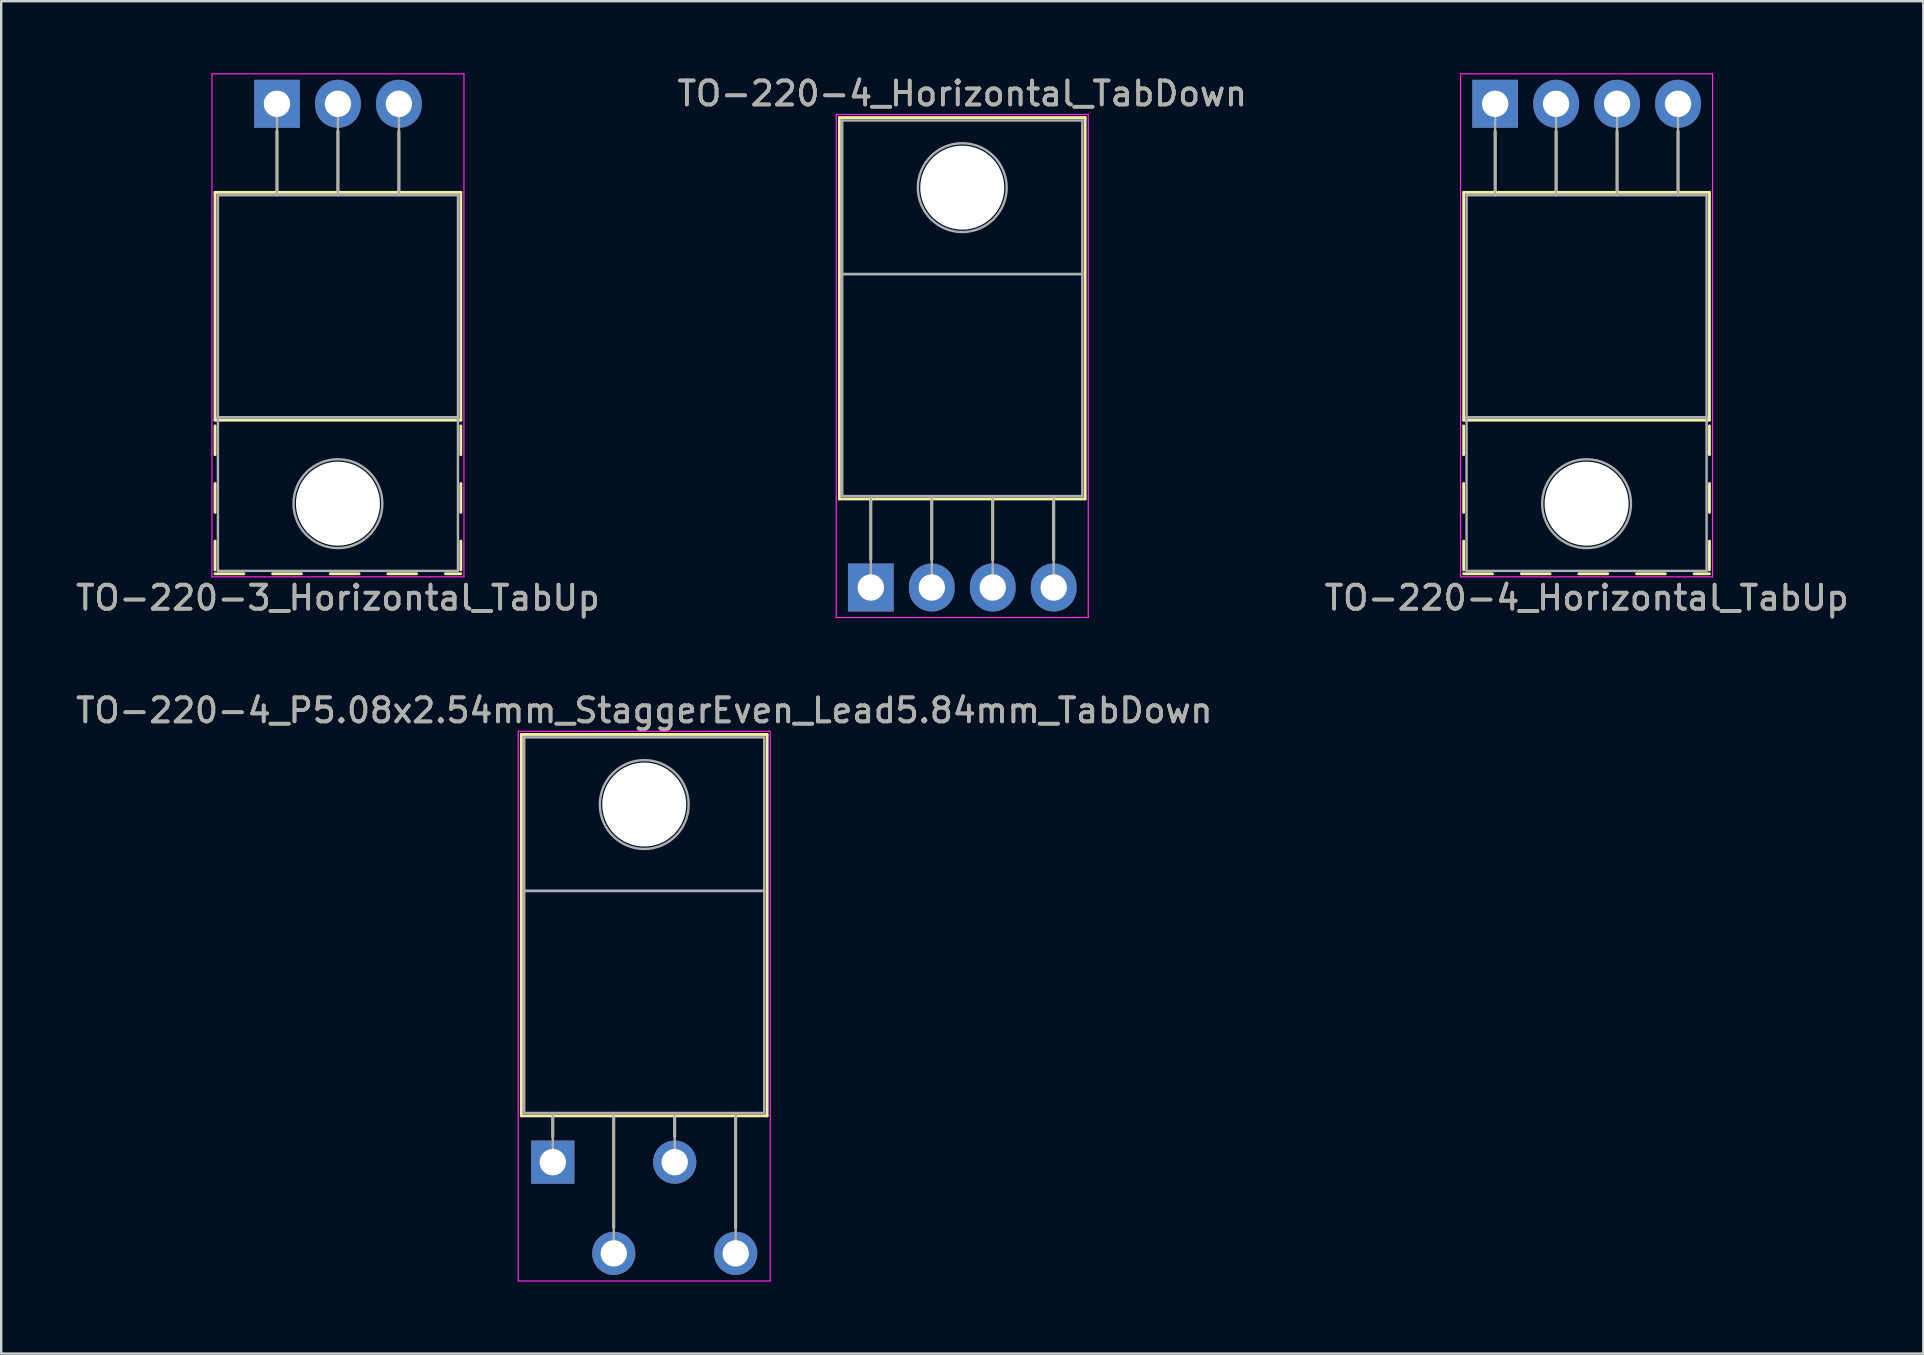
<source format=kicad_pcb>
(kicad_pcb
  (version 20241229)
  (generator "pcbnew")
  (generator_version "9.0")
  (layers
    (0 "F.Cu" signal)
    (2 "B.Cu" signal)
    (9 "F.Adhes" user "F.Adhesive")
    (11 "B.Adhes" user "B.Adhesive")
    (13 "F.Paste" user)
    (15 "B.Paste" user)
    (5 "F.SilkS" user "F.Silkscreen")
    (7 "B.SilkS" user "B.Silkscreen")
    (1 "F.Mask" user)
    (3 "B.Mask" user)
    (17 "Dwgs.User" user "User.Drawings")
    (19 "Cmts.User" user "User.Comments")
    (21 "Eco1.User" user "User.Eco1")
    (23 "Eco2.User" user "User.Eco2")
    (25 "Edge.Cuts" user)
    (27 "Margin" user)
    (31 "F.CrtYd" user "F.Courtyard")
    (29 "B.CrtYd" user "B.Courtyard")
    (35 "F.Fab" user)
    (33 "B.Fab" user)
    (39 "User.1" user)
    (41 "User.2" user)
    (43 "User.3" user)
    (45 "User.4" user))
  (footprint "TO-220-4_P5.08x2.54mm_StaggerEven_Lead5.84mm_TabDown"
    (layer "F.Cu")
    (at 19.982 45.371)
    (property "Reference" "TO-220-4_P5.08x2.54mm_StaggerEven_Lead5.84mm_TabDown" (at 3.81 -18.82 0) (layer "F.SilkS") (effects (font (size 1 1) (thickness 0.15))))
    (attr through_hole)
    (fp_line (start -1.31 -17.82) (end -1.31 -1.93) (stroke (width 0.12) (type solid)) (layer "F.SilkS"))
    (fp_line (start -1.31 -17.82) (end 8.93 -17.82) (stroke (width 0.12) (type solid)) (layer "F.SilkS"))
    (fp_line (start -1.31 -1.93) (end 8.93 -1.93) (stroke (width 0.12) (type solid)) (layer "F.SilkS"))
    (fp_line (start 0 -1.93) (end 0 -1.05) (stroke (width 0.12) (type solid)) (layer "F.SilkS"))
    (fp_line (start 2.54 -1.93) (end 2.54 2.735) (stroke (width 0.12) (type solid)) (layer "F.SilkS"))
    (fp_line (start 5.08 -1.93) (end 5.08 -1.066) (stroke (width 0.12) (type solid)) (layer "F.SilkS"))
    (fp_line (start 7.62 -1.93) (end 7.62 2.735) (stroke (width 0.12) (type solid)) (layer "F.SilkS"))
    (fp_line (start 8.93 -17.82) (end 8.93 -1.93) (stroke (width 0.12) (type solid)) (layer "F.SilkS"))
    (fp_line (start -1.44 -17.95) (end -1.44 4.95) (stroke (width 0.05) (type solid)) (layer "F.CrtYd"))
    (fp_line (start -1.44 4.95) (end 9.06 4.95) (stroke (width 0.05) (type solid)) (layer "F.CrtYd"))
    (fp_line (start 9.06 -17.95) (end -1.44 -17.95) (stroke (width 0.05) (type solid)) (layer "F.CrtYd"))
    (fp_line (start 9.06 4.95) (end 9.06 -17.95) (stroke (width 0.05) (type solid)) (layer "F.CrtYd"))
    (fp_line (start -1.19 -17.7) (end 8.81 -17.7) (stroke (width 0.1) (type solid)) (layer "F.Fab"))
    (fp_line (start -1.19 -11.3) (end -1.19 -17.7) (stroke (width 0.1) (type solid)) (layer "F.Fab"))
    (fp_line (start -1.19 -11.3) (end 8.81 -11.3) (stroke (width 0.1) (type solid)) (layer "F.Fab"))
    (fp_line (start -1.19 -2.05) (end -1.19 -11.3) (stroke (width 0.1) (type solid)) (layer "F.Fab"))
    (fp_line (start 0 -2.05) (end 0 0) (stroke (width 0.1) (type solid)) (layer "F.Fab"))
    (fp_line (start 2.54 -2.05) (end 2.54 3.8) (stroke (width 0.1) (type solid)) (layer "F.Fab"))
    (fp_line (start 5.08 -2.05) (end 5.08 0) (stroke (width 0.1) (type solid)) (layer "F.Fab"))
    (fp_line (start 7.62 -2.05) (end 7.62 3.8) (stroke (width 0.1) (type solid)) (layer "F.Fab"))
    (fp_line (start 8.81 -17.7) (end 8.81 -11.3) (stroke (width 0.1) (type solid)) (layer "F.Fab"))
    (fp_line (start 8.81 -11.3) (end -1.19 -11.3) (stroke (width 0.1) (type solid)) (layer "F.Fab"))
    (fp_line (start 8.81 -11.3) (end 8.81 -2.05) (stroke (width 0.1) (type solid)) (layer "F.Fab"))
    (fp_line (start 8.81 -2.05) (end -1.19 -2.05) (stroke (width 0.1) (type solid)) (layer "F.Fab"))
    (fp_circle (center 3.81 -14.9) (end 5.66 -14.9) (stroke (width 0.1) (type solid)) (fill no) (layer "F.Fab"))
    (fp_text user "${REFERENCE}" (at 3.81 -18.82 0) (layer "F.Fab") (effects (font (size 1 1) (thickness 0.15))))
    (pad "" np_thru_hole oval (at 3.81 -14.9) (size 3.5 3.5) (drill 3.5) (layers "*.Cu" "*.Mask"))
    (pad "1" thru_hole rect (at 0 0) (size 1.8 1.8) (drill 1.1) (layers "*.Cu" "*.Mask"))
    (pad "2" thru_hole oval (at 2.54 3.8) (size 1.8 1.8) (drill 1.1) (layers "*.Cu" "*.Mask"))
    (pad "3" thru_hole oval (at 5.08 0) (size 1.8 1.8) (drill 1.1) (layers "*.Cu" "*.Mask"))
    (pad "4" thru_hole oval (at 7.62 3.8) (size 1.8 1.8) (drill 1.1) (layers "*.Cu" "*.Mask")))
  (footprint "TO-220-4_Horizontal_TabUp"
    (layer "F.Cu")
    (at 59.244 1.275)
    (property "Reference" "TO-220-4_Horizontal_TabUp" (at 3.81 20.58 0) (layer "F.SilkS") (effects (font (size 1 1) (thickness 0.15))))
    (attr through_hole)
    (fp_line (start -1.31 3.69) (end -1.31 13.18) (stroke (width 0.12) (type solid)) (layer "F.SilkS"))
    (fp_line (start -1.31 3.69) (end 8.93 3.69) (stroke (width 0.12) (type solid)) (layer "F.SilkS"))
    (fp_line (start -1.31 13.18) (end 8.93 13.18) (stroke (width 0.12) (type solid)) (layer "F.SilkS"))
    (fp_line (start -1.31 13.42) (end -1.31 14.62) (stroke (width 0.12) (type solid)) (layer "F.SilkS"))
    (fp_line (start -1.31 15.82) (end -1.31 17.02) (stroke (width 0.12) (type solid)) (layer "F.SilkS"))
    (fp_line (start -1.31 18.22) (end -1.31 19.42) (stroke (width 0.12) (type solid)) (layer "F.SilkS"))
    (fp_line (start -1.31 19.58) (end -0.111 19.58) (stroke (width 0.12) (type solid)) (layer "F.SilkS"))
    (fp_line (start 0 1.15) (end 0 3.69) (stroke (width 0.12) (type solid)) (layer "F.SilkS"))
    (fp_line (start 1.09 19.58) (end 2.29 19.58) (stroke (width 0.12) (type solid)) (layer "F.SilkS"))
    (fp_line (start 2.54 1.15) (end 2.54 3.69) (stroke (width 0.12) (type solid)) (layer "F.SilkS"))
    (fp_line (start 3.49 19.58) (end 4.69 19.58) (stroke (width 0.12) (type solid)) (layer "F.SilkS"))
    (fp_line (start 5.08 1.15) (end 5.08 3.69) (stroke (width 0.12) (type solid)) (layer "F.SilkS"))
    (fp_line (start 5.89 19.58) (end 7.091 19.58) (stroke (width 0.12) (type solid)) (layer "F.SilkS"))
    (fp_line (start 7.62 1.15) (end 7.62 3.69) (stroke (width 0.12) (type solid)) (layer "F.SilkS"))
    (fp_line (start 8.29 19.58) (end 8.93 19.58) (stroke (width 0.12) (type solid)) (layer "F.SilkS"))
    (fp_line (start 8.93 3.69) (end 8.93 13.18) (stroke (width 0.12) (type solid)) (layer "F.SilkS"))
    (fp_line (start 8.93 13.42) (end 8.93 14.62) (stroke (width 0.12) (type solid)) (layer "F.SilkS"))
    (fp_line (start 8.93 15.82) (end 8.93 17.02) (stroke (width 0.12) (type solid)) (layer "F.SilkS"))
    (fp_line (start 8.93 18.22) (end 8.93 19.42) (stroke (width 0.12) (type solid)) (layer "F.SilkS"))
    (fp_line (start -1.44 -1.25) (end -1.44 19.71) (stroke (width 0.05) (type solid)) (layer "F.CrtYd"))
    (fp_line (start -1.44 19.71) (end 9.06 19.71) (stroke (width 0.05) (type solid)) (layer "F.CrtYd"))
    (fp_line (start 9.06 -1.25) (end -1.44 -1.25) (stroke (width 0.05) (type solid)) (layer "F.CrtYd"))
    (fp_line (start 9.06 19.71) (end 9.06 -1.25) (stroke (width 0.05) (type solid)) (layer "F.CrtYd"))
    (fp_line (start -1.19 3.81) (end -1.19 13.06) (stroke (width 0.1) (type solid)) (layer "F.Fab"))
    (fp_line (start -1.19 13.06) (end -1.19 19.46) (stroke (width 0.1) (type solid)) (layer "F.Fab"))
    (fp_line (start -1.19 13.06) (end 8.81 13.06) (stroke (width 0.1) (type solid)) (layer "F.Fab"))
    (fp_line (start -1.19 19.46) (end 8.81 19.46) (stroke (width 0.1) (type solid)) (layer "F.Fab"))
    (fp_line (start 0 3.81) (end 0 0) (stroke (width 0.1) (type solid)) (layer "F.Fab"))
    (fp_line (start 2.54 3.81) (end 2.54 0) (stroke (width 0.1) (type solid)) (layer "F.Fab"))
    (fp_line (start 5.08 3.81) (end 5.08 0) (stroke (width 0.1) (type solid)) (layer "F.Fab"))
    (fp_line (start 7.62 3.81) (end 7.62 0) (stroke (width 0.1) (type solid)) (layer "F.Fab"))
    (fp_line (start 8.81 3.81) (end -1.19 3.81) (stroke (width 0.1) (type solid)) (layer "F.Fab"))
    (fp_line (start 8.81 13.06) (end -1.19 13.06) (stroke (width 0.1) (type solid)) (layer "F.Fab"))
    (fp_line (start 8.81 13.06) (end 8.81 3.81) (stroke (width 0.1) (type solid)) (layer "F.Fab"))
    (fp_line (start 8.81 19.46) (end 8.81 13.06) (stroke (width 0.1) (type solid)) (layer "F.Fab"))
    (fp_circle (center 3.81 16.66) (end 5.66 16.66) (stroke (width 0.1) (type solid)) (fill no) (layer "F.Fab"))
    (fp_text user "${REFERENCE}" (at 3.81 20.58 0) (layer "F.Fab") (effects (font (size 1 1) (thickness 0.15))))
    (pad "" np_thru_hole oval (at 3.81 16.66) (size 3.5 3.5) (drill 3.5) (layers "*.Cu" "*.Mask"))
    (pad "1" thru_hole rect (at 0 0) (size 1.905 2) (drill 1.1) (layers "*.Cu" "*.Mask"))
    (pad "2" thru_hole oval (at 2.54 0) (size 1.905 2) (drill 1.1) (layers "*.Cu" "*.Mask"))
    (pad "3" thru_hole oval (at 5.08 0) (size 1.905 2) (drill 1.1) (layers "*.Cu" "*.Mask"))
    (pad "4" thru_hole oval (at 7.62 0) (size 1.905 2) (drill 1.1) (layers "*.Cu" "*.Mask")))
  (footprint "TO-220-4_Horizontal_TabDown"
    (layer "F.Cu")
    (at 33.232 21.428)
    (property "Reference" "TO-220-4_Horizontal_TabDown" (at 3.81 -20.58 0) (layer "F.SilkS") (effects (font (size 1 1) (thickness 0.15))))
    (attr through_hole)
    (fp_line (start -1.31 -19.58) (end -1.31 -3.69) (stroke (width 0.12) (type solid)) (layer "F.SilkS"))
    (fp_line (start -1.31 -19.58) (end 8.93 -19.58) (stroke (width 0.12) (type solid)) (layer "F.SilkS"))
    (fp_line (start -1.31 -3.69) (end 8.93 -3.69) (stroke (width 0.12) (type solid)) (layer "F.SilkS"))
    (fp_line (start 0 -3.69) (end 0 -1.15) (stroke (width 0.12) (type solid)) (layer "F.SilkS"))
    (fp_line (start 2.54 -3.69) (end 2.54 -1.15) (stroke (width 0.12) (type solid)) (layer "F.SilkS"))
    (fp_line (start 5.08 -3.69) (end 5.08 -1.15) (stroke (width 0.12) (type solid)) (layer "F.SilkS"))
    (fp_line (start 7.62 -3.69) (end 7.62 -1.15) (stroke (width 0.12) (type solid)) (layer "F.SilkS"))
    (fp_line (start 8.93 -19.58) (end 8.93 -3.69) (stroke (width 0.12) (type solid)) (layer "F.SilkS"))
    (fp_line (start -1.44 -19.71) (end -1.44 1.25) (stroke (width 0.05) (type solid)) (layer "F.CrtYd"))
    (fp_line (start -1.44 1.25) (end 9.06 1.25) (stroke (width 0.05) (type solid)) (layer "F.CrtYd"))
    (fp_line (start 9.06 -19.71) (end -1.44 -19.71) (stroke (width 0.05) (type solid)) (layer "F.CrtYd"))
    (fp_line (start 9.06 1.25) (end 9.06 -19.71) (stroke (width 0.05) (type solid)) (layer "F.CrtYd"))
    (fp_line (start -1.19 -19.46) (end 8.81 -19.46) (stroke (width 0.1) (type solid)) (layer "F.Fab"))
    (fp_line (start -1.19 -13.06) (end -1.19 -19.46) (stroke (width 0.1) (type solid)) (layer "F.Fab"))
    (fp_line (start -1.19 -13.06) (end 8.81 -13.06) (stroke (width 0.1) (type solid)) (layer "F.Fab"))
    (fp_line (start -1.19 -3.81) (end -1.19 -13.06) (stroke (width 0.1) (type solid)) (layer "F.Fab"))
    (fp_line (start 0 -3.81) (end 0 0) (stroke (width 0.1) (type solid)) (layer "F.Fab"))
    (fp_line (start 2.54 -3.81) (end 2.54 0) (stroke (width 0.1) (type solid)) (layer "F.Fab"))
    (fp_line (start 5.08 -3.81) (end 5.08 0) (stroke (width 0.1) (type solid)) (layer "F.Fab"))
    (fp_line (start 7.62 -3.81) (end 7.62 0) (stroke (width 0.1) (type solid)) (layer "F.Fab"))
    (fp_line (start 8.81 -19.46) (end 8.81 -13.06) (stroke (width 0.1) (type solid)) (layer "F.Fab"))
    (fp_line (start 8.81 -13.06) (end -1.19 -13.06) (stroke (width 0.1) (type solid)) (layer "F.Fab"))
    (fp_line (start 8.81 -13.06) (end 8.81 -3.81) (stroke (width 0.1) (type solid)) (layer "F.Fab"))
    (fp_line (start 8.81 -3.81) (end -1.19 -3.81) (stroke (width 0.1) (type solid)) (layer "F.Fab"))
    (fp_circle (center 3.81 -16.66) (end 5.66 -16.66) (stroke (width 0.1) (type solid)) (fill no) (layer "F.Fab"))
    (fp_text user "${REFERENCE}" (at 3.81 -20.58 0) (layer "F.Fab") (effects (font (size 1 1) (thickness 0.15))))
    (pad "" np_thru_hole oval (at 3.81 -16.66) (size 3.5 3.5) (drill 3.5) (layers "*.Cu" "*.Mask"))
    (pad "1" thru_hole rect (at 0 0) (size 1.905 2) (drill 1.1) (layers "*.Cu" "*.Mask"))
    (pad "2" thru_hole oval (at 2.54 0) (size 1.905 2) (drill 1.1) (layers "*.Cu" "*.Mask"))
    (pad "3" thru_hole oval (at 5.08 0) (size 1.905 2) (drill 1.1) (layers "*.Cu" "*.Mask"))
    (pad "4" thru_hole oval (at 7.62 0) (size 1.905 2) (drill 1.1) (layers "*.Cu" "*.Mask")))
  (footprint "TO-220-3_Horizontal_TabUp"
    (layer "F.Cu")
    (at 8.49 1.275)
    (property "Reference" "TO-220-3_Horizontal_TabUp" (at 2.54 20.58 0) (layer "F.SilkS") (effects (font (size 1 1) (thickness 0.15))))
    (attr through_hole)
    (fp_line (start -2.58 3.69) (end -2.58 13.18) (stroke (width 0.12) (type solid)) (layer "F.SilkS"))
    (fp_line (start -2.58 3.69) (end 7.66 3.69) (stroke (width 0.12) (type solid)) (layer "F.SilkS"))
    (fp_line (start -2.58 13.18) (end 7.66 13.18) (stroke (width 0.12) (type solid)) (layer "F.SilkS"))
    (fp_line (start -2.58 13.42) (end -2.58 14.62) (stroke (width 0.12) (type solid)) (layer "F.SilkS"))
    (fp_line (start -2.58 15.82) (end -2.58 17.02) (stroke (width 0.12) (type solid)) (layer "F.SilkS"))
    (fp_line (start -2.58 18.22) (end -2.58 19.42) (stroke (width 0.12) (type solid)) (layer "F.SilkS"))
    (fp_line (start -2.58 19.58) (end -1.38 19.58) (stroke (width 0.12) (type solid)) (layer "F.SilkS"))
    (fp_line (start -0.181 19.58) (end 1.02 19.58) (stroke (width 0.12) (type solid)) (layer "F.SilkS"))
    (fp_line (start 0 1.15) (end 0 3.69) (stroke (width 0.12) (type solid)) (layer "F.SilkS"))
    (fp_line (start 2.22 19.58) (end 3.42 19.58) (stroke (width 0.12) (type solid)) (layer "F.SilkS"))
    (fp_line (start 2.54 1.15) (end 2.54 3.69) (stroke (width 0.12) (type solid)) (layer "F.SilkS"))
    (fp_line (start 4.62 19.58) (end 5.82 19.58) (stroke (width 0.12) (type solid)) (layer "F.SilkS"))
    (fp_line (start 5.08 1.15) (end 5.08 3.69) (stroke (width 0.12) (type solid)) (layer "F.SilkS"))
    (fp_line (start 7.02 19.58) (end 7.66 19.58) (stroke (width 0.12) (type solid)) (layer "F.SilkS"))
    (fp_line (start 7.66 3.69) (end 7.66 13.18) (stroke (width 0.12) (type solid)) (layer "F.SilkS"))
    (fp_line (start 7.66 13.42) (end 7.66 14.62) (stroke (width 0.12) (type solid)) (layer "F.SilkS"))
    (fp_line (start 7.66 15.82) (end 7.66 17.02) (stroke (width 0.12) (type solid)) (layer "F.SilkS"))
    (fp_line (start 7.66 18.22) (end 7.66 19.42) (stroke (width 0.12) (type solid)) (layer "F.SilkS"))
    (fp_line (start -2.71 -1.25) (end -2.71 19.71) (stroke (width 0.05) (type solid)) (layer "F.CrtYd"))
    (fp_line (start -2.71 19.71) (end 7.79 19.71) (stroke (width 0.05) (type solid)) (layer "F.CrtYd"))
    (fp_line (start 7.79 -1.25) (end -2.71 -1.25) (stroke (width 0.05) (type solid)) (layer "F.CrtYd"))
    (fp_line (start 7.79 19.71) (end 7.79 -1.25) (stroke (width 0.05) (type solid)) (layer "F.CrtYd"))
    (fp_line (start -2.46 3.81) (end -2.46 13.06) (stroke (width 0.1) (type solid)) (layer "F.Fab"))
    (fp_line (start -2.46 13.06) (end -2.46 19.46) (stroke (width 0.1) (type solid)) (layer "F.Fab"))
    (fp_line (start -2.46 13.06) (end 7.54 13.06) (stroke (width 0.1) (type solid)) (layer "F.Fab"))
    (fp_line (start -2.46 19.46) (end 7.54 19.46) (stroke (width 0.1) (type solid)) (layer "F.Fab"))
    (fp_line (start 0 3.81) (end 0 0) (stroke (width 0.1) (type solid)) (layer "F.Fab"))
    (fp_line (start 2.54 3.81) (end 2.54 0) (stroke (width 0.1) (type solid)) (layer "F.Fab"))
    (fp_line (start 5.08 3.81) (end 5.08 0) (stroke (width 0.1) (type solid)) (layer "F.Fab"))
    (fp_line (start 7.54 3.81) (end -2.46 3.81) (stroke (width 0.1) (type solid)) (layer "F.Fab"))
    (fp_line (start 7.54 13.06) (end -2.46 13.06) (stroke (width 0.1) (type solid)) (layer "F.Fab"))
    (fp_line (start 7.54 13.06) (end 7.54 3.81) (stroke (width 0.1) (type solid)) (layer "F.Fab"))
    (fp_line (start 7.54 19.46) (end 7.54 13.06) (stroke (width 0.1) (type solid)) (layer "F.Fab"))
    (fp_circle (center 2.54 16.66) (end 4.39 16.66) (stroke (width 0.1) (type solid)) (fill no) (layer "F.Fab"))
    (fp_text user "${REFERENCE}" (at 2.54 20.58 0) (layer "F.Fab") (effects (font (size 1 1) (thickness 0.15))))
    (pad "" np_thru_hole oval (at 2.54 16.66) (size 3.5 3.5) (drill 3.5) (layers "*.Cu" "*.Mask"))
    (pad "1" thru_hole rect (at 0 0) (size 1.905 2) (drill 1.1) (layers "*.Cu" "*.Mask"))
    (pad "2" thru_hole oval (at 2.54 0) (size 1.905 2) (drill 1.1) (layers "*.Cu" "*.Mask"))
    (pad "3" thru_hole oval (at 5.08 0) (size 1.905 2) (drill 1.1) (layers "*.Cu" "*.Mask")))
  (gr_rect
    (start -3 -3)
    (end 77.083 53.346)
    (stroke (width 0.1) (type default))
    (fill no)
    (layer "Edge.Cuts")))
</source>
